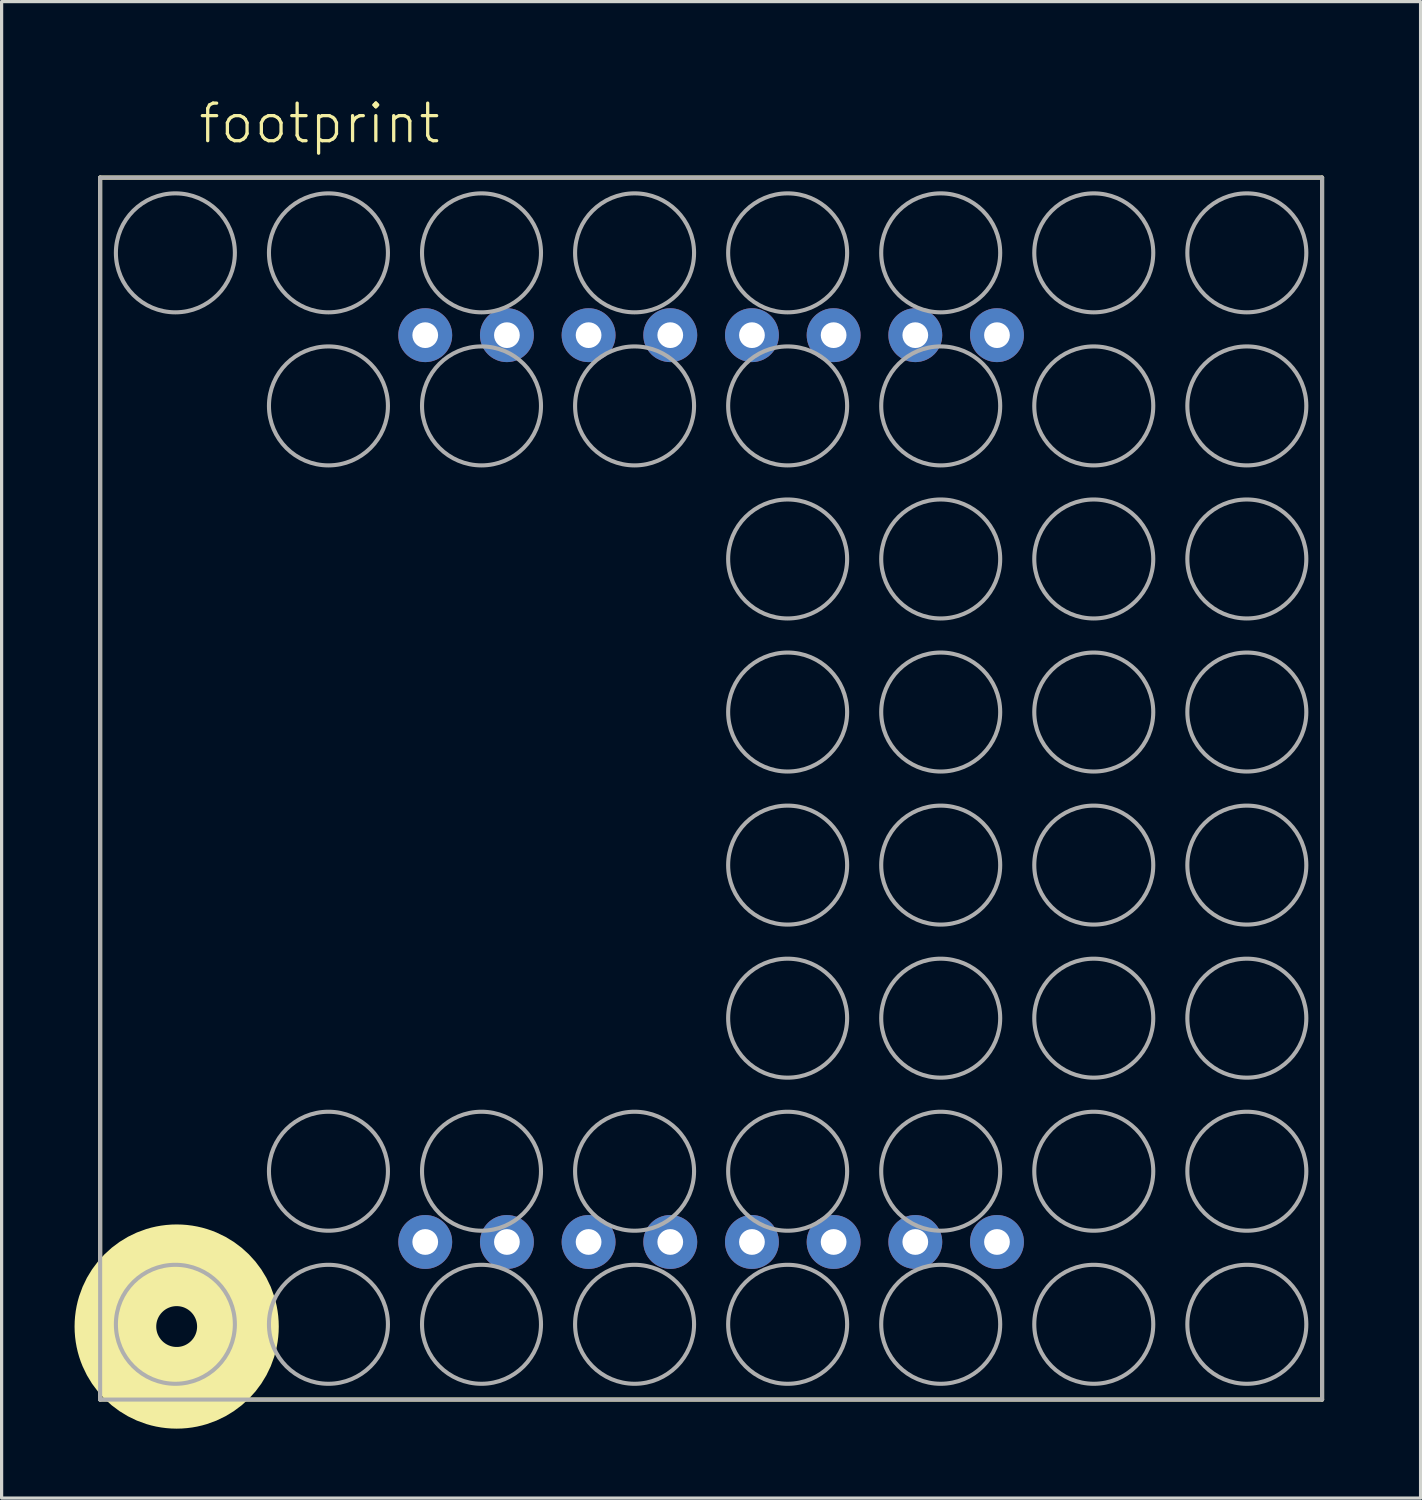
<source format=kicad_pcb>
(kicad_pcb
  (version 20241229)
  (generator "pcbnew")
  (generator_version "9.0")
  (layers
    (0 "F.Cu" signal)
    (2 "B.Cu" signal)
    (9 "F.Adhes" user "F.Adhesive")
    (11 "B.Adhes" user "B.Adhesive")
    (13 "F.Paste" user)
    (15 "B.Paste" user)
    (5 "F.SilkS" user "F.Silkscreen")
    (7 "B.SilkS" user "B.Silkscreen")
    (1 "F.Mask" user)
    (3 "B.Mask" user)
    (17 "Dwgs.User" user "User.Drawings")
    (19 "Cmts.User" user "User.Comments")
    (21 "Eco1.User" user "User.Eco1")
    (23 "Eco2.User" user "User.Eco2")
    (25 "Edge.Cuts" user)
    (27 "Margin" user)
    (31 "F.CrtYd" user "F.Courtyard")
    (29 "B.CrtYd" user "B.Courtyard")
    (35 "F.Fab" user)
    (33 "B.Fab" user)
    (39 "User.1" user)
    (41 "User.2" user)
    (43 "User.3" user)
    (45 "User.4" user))
  (footprint "footprint"
    (layer "F.Cu")
    (at 19.064 21.473)
    (property "Reference" "footprint" (at -16 -20 0) (layer "F.SilkS") (effects (font (size 1.168 1.168) (thickness 0.102)) (justify left bottom)))
    (fp_line (start -19 -19) (end 19 -19) (stroke (width 0.127) (type solid)) (layer "F.SilkS"))
    (fp_line (start -19 19) (end -19 -19) (stroke (width 0.127) (type solid)) (layer "F.SilkS"))
    (fp_line (start 19 -19) (end 19 19) (stroke (width 0.127) (type solid)) (layer "F.SilkS"))
    (fp_line (start 19 19) (end -19 19) (stroke (width 0.127) (type solid)) (layer "F.SilkS"))
    (fp_circle (center -16.62 16.73) (end -15.985 16.73) (stroke (width 2.54) (type solid)) (fill no) (layer "F.SilkS"))
    (fp_line (start -19 -19) (end 19 -19) (stroke (width 0.127) (type solid)) (layer "F.Fab"))
    (fp_line (start -19 19) (end -19 -19) (stroke (width 0.127) (type solid)) (layer "F.Fab"))
    (fp_line (start 19 -19) (end 19 19) (stroke (width 0.127) (type solid)) (layer "F.Fab"))
    (fp_line (start 19 19) (end -19 19) (stroke (width 0.127) (type solid)) (layer "F.Fab"))
    (fp_circle (center -16.66 -16.66) (end -14.81 -16.66) (stroke (width 0.127) (type solid)) (fill no) (layer "F.Fab"))
    (fp_circle (center -16.66 16.66) (end -14.81 16.66) (stroke (width 0.127) (type solid)) (fill no) (layer "F.Fab"))
    (fp_circle (center -11.9 -16.66) (end -10.05 -16.66) (stroke (width 0.127) (type solid)) (fill no) (layer "F.Fab"))
    (fp_circle (center -11.9 -11.9) (end -10.05 -11.9) (stroke (width 0.127) (type solid)) (fill no) (layer "F.Fab"))
    (fp_circle (center -11.9 11.9) (end -10.05 11.9) (stroke (width 0.127) (type solid)) (fill no) (layer "F.Fab"))
    (fp_circle (center -11.9 16.66) (end -10.05 16.66) (stroke (width 0.127) (type solid)) (fill no) (layer "F.Fab"))
    (fp_circle (center -7.14 -16.66) (end -5.29 -16.66) (stroke (width 0.127) (type solid)) (fill no) (layer "F.Fab"))
    (fp_circle (center -7.14 -11.9) (end -5.29 -11.9) (stroke (width 0.127) (type solid)) (fill no) (layer "F.Fab"))
    (fp_circle (center -7.14 11.9) (end -5.29 11.9) (stroke (width 0.127) (type solid)) (fill no) (layer "F.Fab"))
    (fp_circle (center -7.14 16.66) (end -5.29 16.66) (stroke (width 0.127) (type solid)) (fill no) (layer "F.Fab"))
    (fp_circle (center -2.38 -16.66) (end -0.53 -16.66) (stroke (width 0.127) (type solid)) (fill no) (layer "F.Fab"))
    (fp_circle (center -2.38 -11.9) (end -0.53 -11.9) (stroke (width 0.127) (type solid)) (fill no) (layer "F.Fab"))
    (fp_circle (center -2.38 11.9) (end -0.53 11.9) (stroke (width 0.127) (type solid)) (fill no) (layer "F.Fab"))
    (fp_circle (center -2.38 16.66) (end -0.53 16.66) (stroke (width 0.127) (type solid)) (fill no) (layer "F.Fab"))
    (fp_circle (center 2.38 -16.66) (end 4.23 -16.66) (stroke (width 0.127) (type solid)) (fill no) (layer "F.Fab"))
    (fp_circle (center 2.38 -11.9) (end 4.23 -11.9) (stroke (width 0.127) (type solid)) (fill no) (layer "F.Fab"))
    (fp_circle (center 2.38 -7.14) (end 4.23 -7.14) (stroke (width 0.127) (type solid)) (fill no) (layer "F.Fab"))
    (fp_circle (center 2.38 -2.38) (end 4.23 -2.38) (stroke (width 0.127) (type solid)) (fill no) (layer "F.Fab"))
    (fp_circle (center 2.38 2.38) (end 4.23 2.38) (stroke (width 0.127) (type solid)) (fill no) (layer "F.Fab"))
    (fp_circle (center 2.38 7.14) (end 4.23 7.14) (stroke (width 0.127) (type solid)) (fill no) (layer "F.Fab"))
    (fp_circle (center 2.38 11.9) (end 4.23 11.9) (stroke (width 0.127) (type solid)) (fill no) (layer "F.Fab"))
    (fp_circle (center 2.38 16.66) (end 4.23 16.66) (stroke (width 0.127) (type solid)) (fill no) (layer "F.Fab"))
    (fp_circle (center 7.14 -16.66) (end 8.99 -16.66) (stroke (width 0.127) (type solid)) (fill no) (layer "F.Fab"))
    (fp_circle (center 7.14 -11.9) (end 8.99 -11.9) (stroke (width 0.127) (type solid)) (fill no) (layer "F.Fab"))
    (fp_circle (center 7.14 -7.14) (end 8.99 -7.14) (stroke (width 0.127) (type solid)) (fill no) (layer "F.Fab"))
    (fp_circle (center 7.14 -2.38) (end 8.99 -2.38) (stroke (width 0.127) (type solid)) (fill no) (layer "F.Fab"))
    (fp_circle (center 7.14 2.38) (end 8.99 2.38) (stroke (width 0.127) (type solid)) (fill no) (layer "F.Fab"))
    (fp_circle (center 7.14 7.14) (end 8.99 7.14) (stroke (width 0.127) (type solid)) (fill no) (layer "F.Fab"))
    (fp_circle (center 7.14 11.9) (end 8.99 11.9) (stroke (width 0.127) (type solid)) (fill no) (layer "F.Fab"))
    (fp_circle (center 7.14 16.66) (end 8.99 16.66) (stroke (width 0.127) (type solid)) (fill no) (layer "F.Fab"))
    (fp_circle (center 11.9 -16.66) (end 13.75 -16.66) (stroke (width 0.127) (type solid)) (fill no) (layer "F.Fab"))
    (fp_circle (center 11.9 -11.9) (end 13.75 -11.9) (stroke (width 0.127) (type solid)) (fill no) (layer "F.Fab"))
    (fp_circle (center 11.9 -7.14) (end 13.75 -7.14) (stroke (width 0.127) (type solid)) (fill no) (layer "F.Fab"))
    (fp_circle (center 11.9 -2.38) (end 13.75 -2.38) (stroke (width 0.127) (type solid)) (fill no) (layer "F.Fab"))
    (fp_circle (center 11.9 2.38) (end 13.75 2.38) (stroke (width 0.127) (type solid)) (fill no) (layer "F.Fab"))
    (fp_circle (center 11.9 7.14) (end 13.75 7.14) (stroke (width 0.127) (type solid)) (fill no) (layer "F.Fab"))
    (fp_circle (center 11.9 11.9) (end 13.75 11.9) (stroke (width 0.127) (type solid)) (fill no) (layer "F.Fab"))
    (fp_circle (center 11.9 16.66) (end 13.75 16.66) (stroke (width 0.127) (type solid)) (fill no) (layer "F.Fab"))
    (fp_circle (center 16.66 -16.66) (end 18.51 -16.66) (stroke (width 0.127) (type solid)) (fill no) (layer "F.Fab"))
    (fp_circle (center 16.66 -11.9) (end 18.51 -11.9) (stroke (width 0.127) (type solid)) (fill no) (layer "F.Fab"))
    (fp_circle (center 16.66 -7.14) (end 18.51 -7.14) (stroke (width 0.127) (type solid)) (fill no) (layer "F.Fab"))
    (fp_circle (center 16.66 -2.38) (end 18.51 -2.38) (stroke (width 0.127) (type solid)) (fill no) (layer "F.Fab"))
    (fp_circle (center 16.66 2.38) (end 18.51 2.38) (stroke (width 0.127) (type solid)) (fill no) (layer "F.Fab"))
    (fp_circle (center 16.66 7.14) (end 18.51 7.14) (stroke (width 0.127) (type solid)) (fill no) (layer "F.Fab"))
    (fp_circle (center 16.66 11.9) (end 18.51 11.9) (stroke (width 0.127) (type solid)) (fill no) (layer "F.Fab"))
    (fp_circle (center 16.66 16.66) (end 18.51 16.66) (stroke (width 0.127) (type solid)) (fill no) (layer "F.Fab"))
    (pad "1" thru_hole circle (at -8.89 14.1) (size 1.676 1.676) (drill 0.8) (layers "*.Cu" "*.Mask"))
    (pad "2" thru_hole circle (at -6.35 14.1) (size 1.676 1.676) (drill 0.8) (layers "*.Cu" "*.Mask"))
    (pad "3" thru_hole circle (at -3.81 14.1) (size 1.676 1.676) (drill 0.8) (layers "*.Cu" "*.Mask"))
    (pad "4" thru_hole circle (at -1.27 14.1) (size 1.676 1.676) (drill 0.8) (layers "*.Cu" "*.Mask"))
    (pad "5" thru_hole circle (at 1.27 14.1) (size 1.676 1.676) (drill 0.8) (layers "*.Cu" "*.Mask"))
    (pad "6" thru_hole circle (at 3.81 14.1) (size 1.676 1.676) (drill 0.8) (layers "*.Cu" "*.Mask"))
    (pad "7" thru_hole circle (at 6.35 14.1) (size 1.676 1.676) (drill 0.8) (layers "*.Cu" "*.Mask"))
    (pad "8" thru_hole circle (at 8.89 14.1) (size 1.676 1.676) (drill 0.8) (layers "*.Cu" "*.Mask"))
    (pad "9" thru_hole circle (at 8.89 -14.1 180) (size 1.676 1.676) (drill 0.8) (layers "*.Cu" "*.Mask"))
    (pad "10" thru_hole circle (at 6.35 -14.1 180) (size 1.676 1.676) (drill 0.8) (layers "*.Cu" "*.Mask"))
    (pad "11" thru_hole circle (at 3.81 -14.1 180) (size 1.676 1.676) (drill 0.8) (layers "*.Cu" "*.Mask"))
    (pad "12" thru_hole circle (at 1.27 -14.1 180) (size 1.676 1.676) (drill 0.8) (layers "*.Cu" "*.Mask"))
    (pad "13" thru_hole circle (at -1.27 -14.1 180) (size 1.676 1.676) (drill 0.8) (layers "*.Cu" "*.Mask"))
    (pad "14" thru_hole circle (at -3.81 -14.1 180) (size 1.676 1.676) (drill 0.8) (layers "*.Cu" "*.Mask"))
    (pad "15" thru_hole circle (at -6.35 -14.1 180) (size 1.676 1.676) (drill 0.8) (layers "*.Cu" "*.Mask"))
    (pad "16" thru_hole circle (at -8.89 -14.1 180) (size 1.676 1.676) (drill 0.8) (layers "*.Cu" "*.Mask")))
  (gr_rect
    (start -3 -3)
    (end 41.127 43.537)
    (stroke (width 0.1) (type default))
    (fill no)
    (layer "Edge.Cuts")))
</source>
